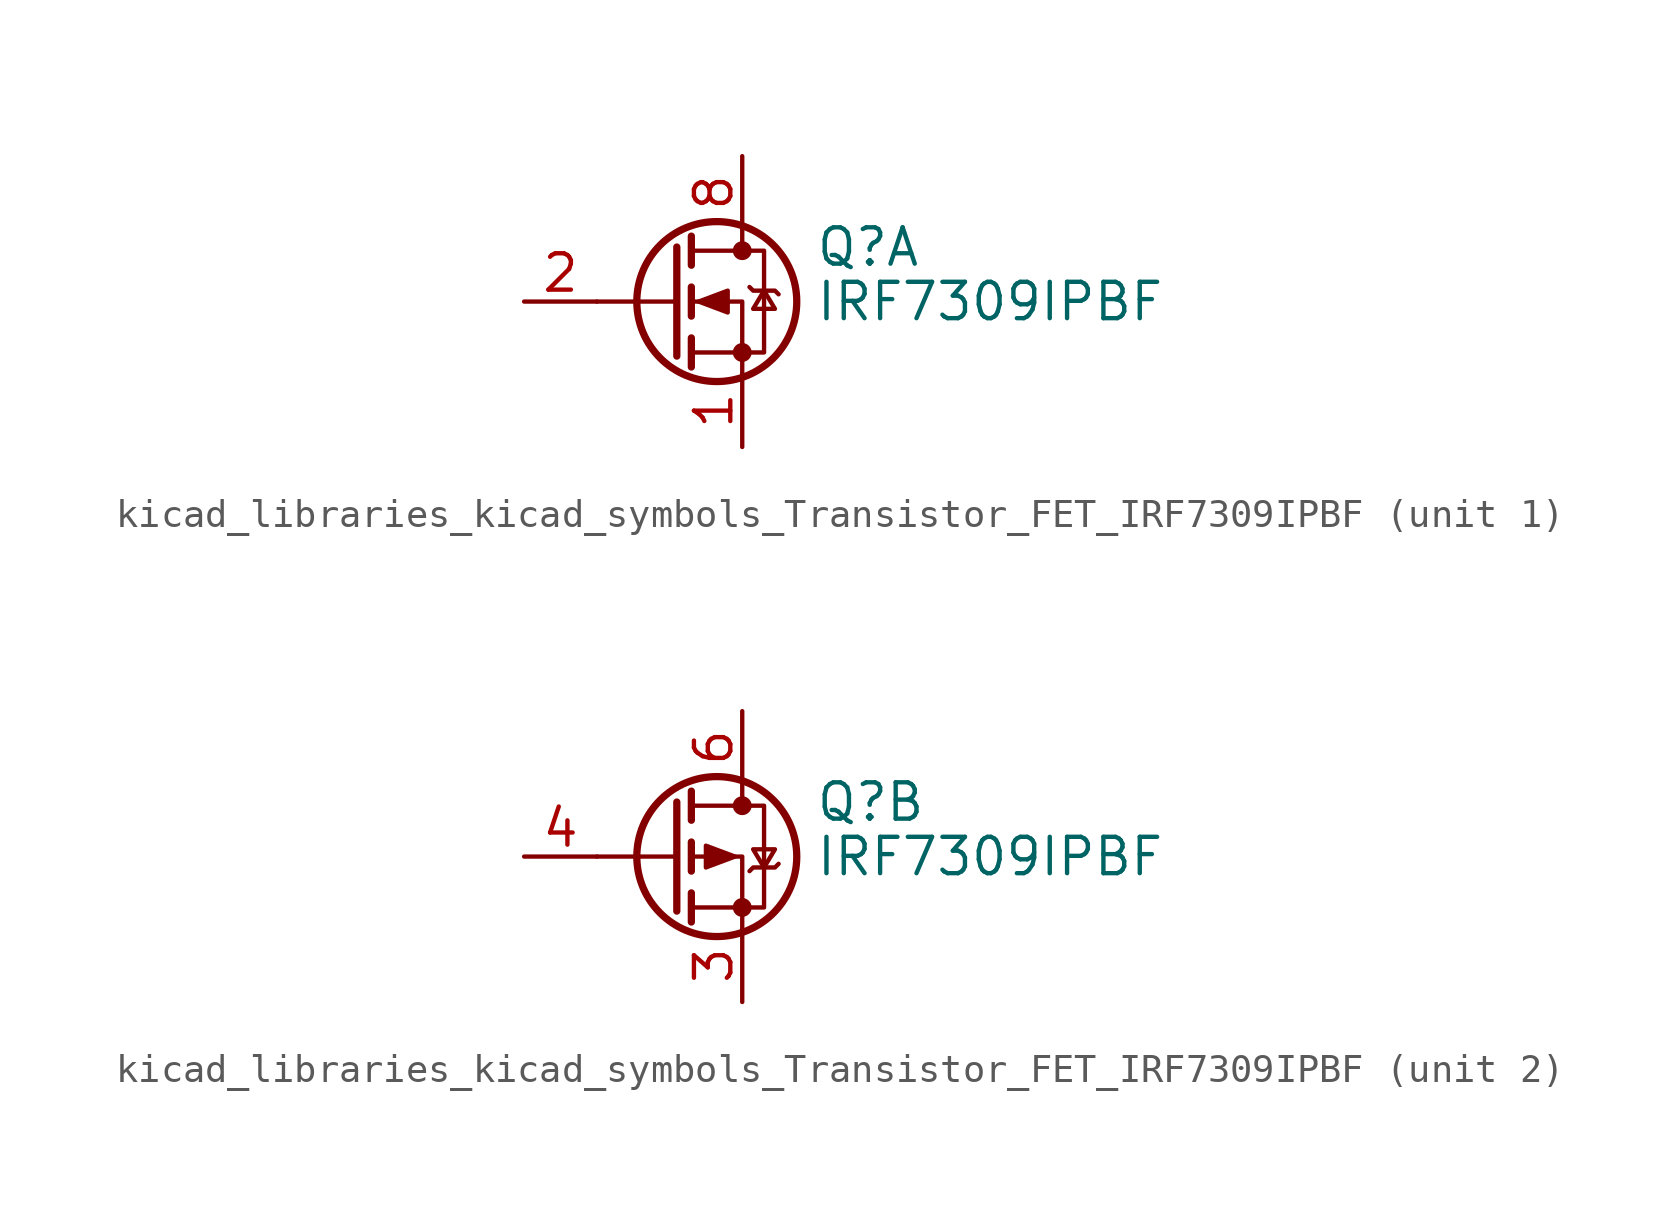
<source format=kicad_sym>
(kicad_symbol_lib
  (version 20220914)
  (generator kicad_symbol_editor)
  (symbol "kicad_libraries_kicad_symbols_Transistor_FET_IRF7309IPBF"
    (pin_names hide)
    (property "Reference" "Q"
      (at 5.08 1.905 0)
      (effects (font (size 1.27 1.27)) (justify left)))
    (property "Value" "IRF7309IPBF"
      (at 5.08 0 0)
      (effects (font (size 1.27 1.27)) (justify left)))
    (symbol "kicad_libraries_kicad_symbols_Transistor_FET_IRF7309IPBF_0_1"
      (polyline (pts (xy 0.254 0) (xy -2.54 0)) (stroke (width 0) (type default)) (fill (type none)))
      (polyline (pts (xy 0.254 1.905) (xy 0.254 -1.905)) (stroke (width 0.254) (type default)) (fill (type none)))
      (polyline (pts (xy 0.762 -1.27) (xy 0.762 -2.286)) (stroke (width 0.254) (type default)) (fill (type none)))
      (polyline (pts (xy 0.762 0.508) (xy 0.762 -0.508)) (stroke (width 0.254) (type default)) (fill (type none)))
      (polyline (pts (xy 0.762 2.286) (xy 0.762 1.27)) (stroke (width 0.254) (type default)) (fill (type none)))
      (polyline (pts (xy 2.54 2.54) (xy 2.54 1.778)) (stroke (width 0) (type default)) (fill (type none)))
      (polyline (pts (xy 2.54 -2.54) (xy 2.54 0) (xy 0.762 0)) (stroke (width 0) (type default)) (fill (type none)))
      (polyline (pts (xy 0.762 -1.778) (xy 3.302 -1.778) (xy 3.302 1.778) (xy 0.762 1.778)) (stroke (width 0) (type default)) (fill (type none)))
      (circle (center 1.651 0) (radius 2.794) (stroke (width 0.254) (type default)) (fill (type none)))
      (circle (center 2.54 -1.778) (radius 0.254) (stroke (width 0) (type default)) (fill (type outline)))
      (circle (center 2.54 1.778) (radius 0.254) (stroke (width 0) (type default)) (fill (type outline))))
    (symbol "kicad_libraries_kicad_symbols_Transistor_FET_IRF7309IPBF_1_1"
      (polyline (pts (xy 1.016 0) (xy 2.032 0.381) (xy 2.032 -0.381) (xy 1.016 0)) (stroke (width 0) (type default)) (fill (type outline)))
      (polyline (pts (xy 2.794 0.508) (xy 2.921 0.381) (xy 3.683 0.381) (xy 3.81 0.254)) (stroke (width 0) (type default)) (fill (type none)))
      (polyline (pts (xy 3.302 0.381) (xy 2.921 -0.254) (xy 3.683 -0.254) (xy 3.302 0.381)) (stroke (width 0) (type default)) (fill (type none)))
      (pin passive line (at 2.54 -5.08 90) (length 2.54) (name "S" (effects (font (size 1.27 1.27)))) (number "1" (effects (font (size 1.27 1.27)))))
      (pin input line (at -5.08 0 0) (length 2.54) (name "G" (effects (font (size 1.27 1.27)))) (number "2" (effects (font (size 1.27 1.27)))))
      (pin passive line (at 2.54 5.08 270) (length 2.54) hide (name "D" (effects (font (size 1.27 1.27)))) (number "7" (effects (font (size 1.27 1.27)))))
      (pin passive line (at 2.54 5.08 270) (length 2.54) (name "D" (effects (font (size 1.27 1.27)))) (number "8" (effects (font (size 1.27 1.27))))))
    (symbol "kicad_libraries_kicad_symbols_Transistor_FET_IRF7309IPBF_2_1"
      (polyline (pts (xy 2.286 0) (xy 1.27 0.381) (xy 1.27 -0.381) (xy 2.286 0)) (stroke (width 0) (type default)) (fill (type outline)))
      (polyline (pts (xy 2.794 -0.508) (xy 2.921 -0.381) (xy 3.683 -0.381) (xy 3.81 -0.254)) (stroke (width 0) (type default)) (fill (type none)))
      (polyline (pts (xy 3.302 -0.381) (xy 2.921 0.254) (xy 3.683 0.254) (xy 3.302 -0.381)) (stroke (width 0) (type default)) (fill (type none)))
      (pin passive line (at 2.54 -5.08 90) (length 2.54) (name "1" (effects (font (size 1.27 1.27)))) (number "3" (effects (font (size 1.27 1.27)))))
      (pin input line (at -5.08 0 0) (length 2.54) (name "G" (effects (font (size 1.27 1.27)))) (number "4" (effects (font (size 1.27 1.27)))))
      (pin passive line (at 2.54 5.08 270) (length 2.54) hide (name "D" (effects (font (size 1.27 1.27)))) (number "5" (effects (font (size 1.27 1.27)))))
      (pin passive line (at 2.54 5.08 270) (length 2.54) (name "D" (effects (font (size 1.27 1.27)))) (number "6" (effects (font (size 1.27 1.27))))))))
</source>
